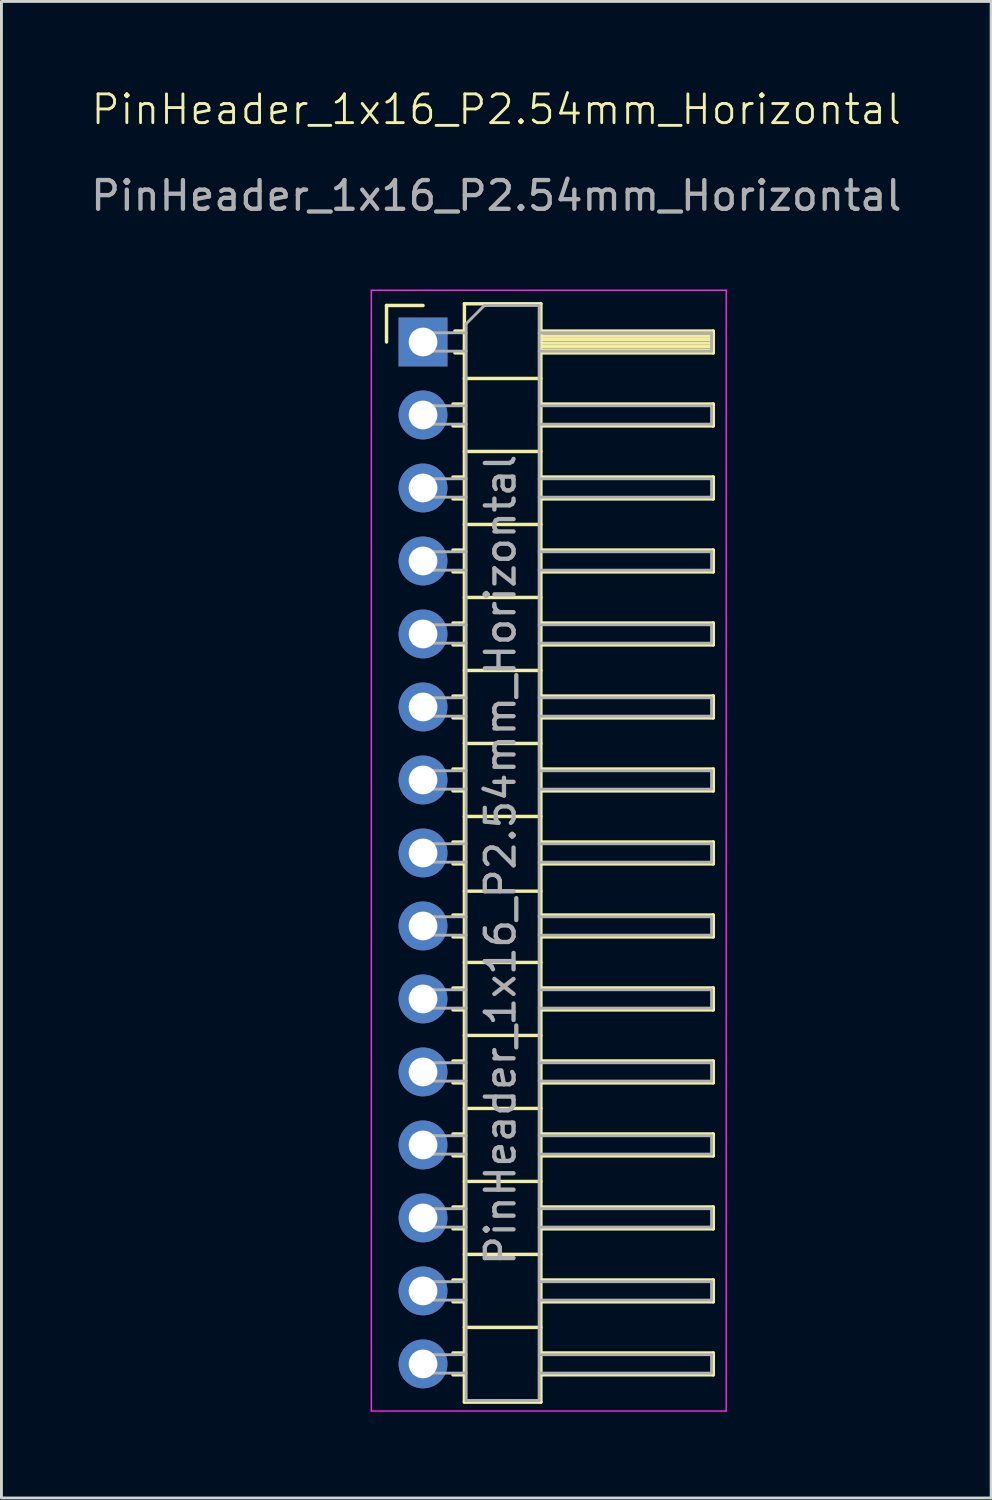
<source format=kicad_pcb>
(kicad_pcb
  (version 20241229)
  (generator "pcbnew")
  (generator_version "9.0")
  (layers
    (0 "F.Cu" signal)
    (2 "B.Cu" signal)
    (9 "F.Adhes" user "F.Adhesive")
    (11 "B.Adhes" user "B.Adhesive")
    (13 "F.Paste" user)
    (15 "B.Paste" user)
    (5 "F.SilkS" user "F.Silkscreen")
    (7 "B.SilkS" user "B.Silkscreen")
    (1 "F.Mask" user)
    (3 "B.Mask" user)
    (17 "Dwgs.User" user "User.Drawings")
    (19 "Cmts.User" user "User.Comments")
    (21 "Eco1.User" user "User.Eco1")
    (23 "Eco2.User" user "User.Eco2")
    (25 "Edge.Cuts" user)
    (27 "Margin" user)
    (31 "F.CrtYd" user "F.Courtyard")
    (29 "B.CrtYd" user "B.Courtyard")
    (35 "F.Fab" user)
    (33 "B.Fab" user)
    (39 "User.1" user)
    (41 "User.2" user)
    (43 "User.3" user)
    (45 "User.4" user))
  (footprint "PinHeader_1x16_P2.54mm_Horizontal"
    (layer "F.Cu")
    (at 14.22 1.26)
    (property "Reference" "PinHeader_1x16_P2.54mm_Horizontal" (at 0 -0.5 0) (unlocked yes) (layer "F.SilkS") (effects (font (size 1 1) (thickness 0.1))))
    (attr through_hole)
    (fp_line (start -3.82 6.32) (end -2.55 6.32) (stroke (width 0.12) (type solid)) (layer "F.SilkS"))
    (fp_line (start -3.82 7.59) (end -3.82 6.32) (stroke (width 0.12) (type solid)) (layer "F.SilkS"))
    (fp_line (start -1.507 9.75) (end -1.11 9.75) (stroke (width 0.12) (type solid)) (layer "F.SilkS"))
    (fp_line (start -1.507 10.51) (end -1.11 10.51) (stroke (width 0.12) (type solid)) (layer "F.SilkS"))
    (fp_line (start -1.507 12.29) (end -1.11 12.29) (stroke (width 0.12) (type solid)) (layer "F.SilkS"))
    (fp_line (start -1.507 13.05) (end -1.11 13.05) (stroke (width 0.12) (type solid)) (layer "F.SilkS"))
    (fp_line (start -1.507 14.83) (end -1.11 14.83) (stroke (width 0.12) (type solid)) (layer "F.SilkS"))
    (fp_line (start -1.507 15.59) (end -1.11 15.59) (stroke (width 0.12) (type solid)) (layer "F.SilkS"))
    (fp_line (start -1.507 17.37) (end -1.11 17.37) (stroke (width 0.12) (type solid)) (layer "F.SilkS"))
    (fp_line (start -1.507 18.13) (end -1.11 18.13) (stroke (width 0.12) (type solid)) (layer "F.SilkS"))
    (fp_line (start -1.507 19.91) (end -1.11 19.91) (stroke (width 0.12) (type solid)) (layer "F.SilkS"))
    (fp_line (start -1.507 20.67) (end -1.11 20.67) (stroke (width 0.12) (type solid)) (layer "F.SilkS"))
    (fp_line (start -1.507 22.45) (end -1.11 22.45) (stroke (width 0.12) (type solid)) (layer "F.SilkS"))
    (fp_line (start -1.507 23.21) (end -1.11 23.21) (stroke (width 0.12) (type solid)) (layer "F.SilkS"))
    (fp_line (start -1.507 24.99) (end -1.11 24.99) (stroke (width 0.12) (type solid)) (layer "F.SilkS"))
    (fp_line (start -1.507 25.75) (end -1.11 25.75) (stroke (width 0.12) (type solid)) (layer "F.SilkS"))
    (fp_line (start -1.507 27.53) (end -1.11 27.53) (stroke (width 0.12) (type solid)) (layer "F.SilkS"))
    (fp_line (start -1.507 28.29) (end -1.11 28.29) (stroke (width 0.12) (type solid)) (layer "F.SilkS"))
    (fp_line (start -1.507 30.07) (end -1.11 30.07) (stroke (width 0.12) (type solid)) (layer "F.SilkS"))
    (fp_line (start -1.507 30.83) (end -1.11 30.83) (stroke (width 0.12) (type solid)) (layer "F.SilkS"))
    (fp_line (start -1.507 32.61) (end -1.11 32.61) (stroke (width 0.12) (type solid)) (layer "F.SilkS"))
    (fp_line (start -1.507 33.37) (end -1.11 33.37) (stroke (width 0.12) (type solid)) (layer "F.SilkS"))
    (fp_line (start -1.507 35.15) (end -1.11 35.15) (stroke (width 0.12) (type solid)) (layer "F.SilkS"))
    (fp_line (start -1.507 35.91) (end -1.11 35.91) (stroke (width 0.12) (type solid)) (layer "F.SilkS"))
    (fp_line (start -1.507 37.69) (end -1.11 37.69) (stroke (width 0.12) (type solid)) (layer "F.SilkS"))
    (fp_line (start -1.507 38.45) (end -1.11 38.45) (stroke (width 0.12) (type solid)) (layer "F.SilkS"))
    (fp_line (start -1.507 40.23) (end -1.11 40.23) (stroke (width 0.12) (type solid)) (layer "F.SilkS"))
    (fp_line (start -1.507 40.99) (end -1.11 40.99) (stroke (width 0.12) (type solid)) (layer "F.SilkS"))
    (fp_line (start -1.507 42.77) (end -1.11 42.77) (stroke (width 0.12) (type solid)) (layer "F.SilkS"))
    (fp_line (start -1.507 43.53) (end -1.11 43.53) (stroke (width 0.12) (type solid)) (layer "F.SilkS"))
    (fp_line (start -1.44 7.21) (end -1.11 7.21) (stroke (width 0.12) (type solid)) (layer "F.SilkS"))
    (fp_line (start -1.44 7.97) (end -1.11 7.97) (stroke (width 0.12) (type solid)) (layer "F.SilkS"))
    (fp_line (start -1.11 6.26) (end -1.11 44.48) (stroke (width 0.12) (type solid)) (layer "F.SilkS"))
    (fp_line (start -1.11 8.86) (end 1.55 8.86) (stroke (width 0.12) (type solid)) (layer "F.SilkS"))
    (fp_line (start -1.11 11.4) (end 1.55 11.4) (stroke (width 0.12) (type solid)) (layer "F.SilkS"))
    (fp_line (start -1.11 13.94) (end 1.55 13.94) (stroke (width 0.12) (type solid)) (layer "F.SilkS"))
    (fp_line (start -1.11 16.48) (end 1.55 16.48) (stroke (width 0.12) (type solid)) (layer "F.SilkS"))
    (fp_line (start -1.11 19.02) (end 1.55 19.02) (stroke (width 0.12) (type solid)) (layer "F.SilkS"))
    (fp_line (start -1.11 21.56) (end 1.55 21.56) (stroke (width 0.12) (type solid)) (layer "F.SilkS"))
    (fp_line (start -1.11 24.1) (end 1.55 24.1) (stroke (width 0.12) (type solid)) (layer "F.SilkS"))
    (fp_line (start -1.11 26.7) (end 1.55 26.7) (stroke (width 0.12) (type solid)) (layer "F.SilkS"))
    (fp_line (start -1.11 29.18) (end 1.55 29.18) (stroke (width 0.12) (type solid)) (layer "F.SilkS"))
    (fp_line (start -1.11 31.72) (end 1.55 31.72) (stroke (width 0.12) (type solid)) (layer "F.SilkS"))
    (fp_line (start -1.11 34.26) (end 1.55 34.26) (stroke (width 0.12) (type solid)) (layer "F.SilkS"))
    (fp_line (start -1.11 36.8) (end 1.55 36.8) (stroke (width 0.12) (type solid)) (layer "F.SilkS"))
    (fp_line (start -1.11 39.34) (end 1.55 39.34) (stroke (width 0.12) (type solid)) (layer "F.SilkS"))
    (fp_line (start -1.11 41.88) (end 1.55 41.88) (stroke (width 0.12) (type solid)) (layer "F.SilkS"))
    (fp_line (start -1.11 44.48) (end 1.55 44.48) (stroke (width 0.12) (type solid)) (layer "F.SilkS"))
    (fp_line (start 1.55 6.26) (end -1.11 6.26) (stroke (width 0.12) (type solid)) (layer "F.SilkS"))
    (fp_line (start 1.55 7.21) (end 7.55 7.21) (stroke (width 0.12) (type solid)) (layer "F.SilkS"))
    (fp_line (start 1.55 7.27) (end 7.55 7.27) (stroke (width 0.12) (type solid)) (layer "F.SilkS"))
    (fp_line (start 1.55 7.39) (end 7.55 7.39) (stroke (width 0.12) (type solid)) (layer "F.SilkS"))
    (fp_line (start 1.55 7.51) (end 7.55 7.51) (stroke (width 0.12) (type solid)) (layer "F.SilkS"))
    (fp_line (start 1.55 7.63) (end 7.55 7.63) (stroke (width 0.12) (type solid)) (layer "F.SilkS"))
    (fp_line (start 1.55 7.75) (end 7.55 7.75) (stroke (width 0.12) (type solid)) (layer "F.SilkS"))
    (fp_line (start 1.55 7.87) (end 7.55 7.87) (stroke (width 0.12) (type solid)) (layer "F.SilkS"))
    (fp_line (start 1.55 9.75) (end 7.55 9.75) (stroke (width 0.12) (type solid)) (layer "F.SilkS"))
    (fp_line (start 1.55 12.29) (end 7.55 12.29) (stroke (width 0.12) (type solid)) (layer "F.SilkS"))
    (fp_line (start 1.55 14.83) (end 7.55 14.83) (stroke (width 0.12) (type solid)) (layer "F.SilkS"))
    (fp_line (start 1.55 17.37) (end 7.55 17.37) (stroke (width 0.12) (type solid)) (layer "F.SilkS"))
    (fp_line (start 1.55 19.91) (end 7.55 19.91) (stroke (width 0.12) (type solid)) (layer "F.SilkS"))
    (fp_line (start 1.55 22.45) (end 7.55 22.45) (stroke (width 0.12) (type solid)) (layer "F.SilkS"))
    (fp_line (start 1.55 24.99) (end 7.55 24.99) (stroke (width 0.12) (type solid)) (layer "F.SilkS"))
    (fp_line (start 1.55 27.53) (end 7.55 27.53) (stroke (width 0.12) (type solid)) (layer "F.SilkS"))
    (fp_line (start 1.55 30.07) (end 7.55 30.07) (stroke (width 0.12) (type solid)) (layer "F.SilkS"))
    (fp_line (start 1.55 32.61) (end 7.55 32.61) (stroke (width 0.12) (type solid)) (layer "F.SilkS"))
    (fp_line (start 1.55 35.15) (end 7.55 35.15) (stroke (width 0.12) (type solid)) (layer "F.SilkS"))
    (fp_line (start 1.55 37.69) (end 7.55 37.69) (stroke (width 0.12) (type solid)) (layer "F.SilkS"))
    (fp_line (start 1.55 40.23) (end 7.55 40.23) (stroke (width 0.12) (type solid)) (layer "F.SilkS"))
    (fp_line (start 1.55 42.77) (end 7.55 42.77) (stroke (width 0.12) (type solid)) (layer "F.SilkS"))
    (fp_line (start 1.55 44.48) (end 1.55 6.26) (stroke (width 0.12) (type solid)) (layer "F.SilkS"))
    (fp_line (start 7.55 7.21) (end 7.55 7.97) (stroke (width 0.12) (type solid)) (layer "F.SilkS"))
    (fp_line (start 7.55 7.97) (end 1.55 7.97) (stroke (width 0.12) (type solid)) (layer "F.SilkS"))
    (fp_line (start 7.55 9.75) (end 7.55 10.51) (stroke (width 0.12) (type solid)) (layer "F.SilkS"))
    (fp_line (start 7.55 10.51) (end 1.55 10.51) (stroke (width 0.12) (type solid)) (layer "F.SilkS"))
    (fp_line (start 7.55 12.29) (end 7.55 13.05) (stroke (width 0.12) (type solid)) (layer "F.SilkS"))
    (fp_line (start 7.55 13.05) (end 1.55 13.05) (stroke (width 0.12) (type solid)) (layer "F.SilkS"))
    (fp_line (start 7.55 14.83) (end 7.55 15.59) (stroke (width 0.12) (type solid)) (layer "F.SilkS"))
    (fp_line (start 7.55 15.59) (end 1.55 15.59) (stroke (width 0.12) (type solid)) (layer "F.SilkS"))
    (fp_line (start 7.55 17.37) (end 7.55 18.13) (stroke (width 0.12) (type solid)) (layer "F.SilkS"))
    (fp_line (start 7.55 18.13) (end 1.55 18.13) (stroke (width 0.12) (type solid)) (layer "F.SilkS"))
    (fp_line (start 7.55 19.91) (end 7.55 20.67) (stroke (width 0.12) (type solid)) (layer "F.SilkS"))
    (fp_line (start 7.55 20.67) (end 1.55 20.67) (stroke (width 0.12) (type solid)) (layer "F.SilkS"))
    (fp_line (start 7.55 22.45) (end 7.55 23.21) (stroke (width 0.12) (type solid)) (layer "F.SilkS"))
    (fp_line (start 7.55 23.21) (end 1.55 23.21) (stroke (width 0.12) (type solid)) (layer "F.SilkS"))
    (fp_line (start 7.55 24.99) (end 7.55 25.75) (stroke (width 0.12) (type solid)) (layer "F.SilkS"))
    (fp_line (start 7.55 25.75) (end 1.55 25.75) (stroke (width 0.12) (type solid)) (layer "F.SilkS"))
    (fp_line (start 7.55 27.53) (end 7.55 28.29) (stroke (width 0.12) (type solid)) (layer "F.SilkS"))
    (fp_line (start 7.55 28.29) (end 1.55 28.29) (stroke (width 0.12) (type solid)) (layer "F.SilkS"))
    (fp_line (start 7.55 30.07) (end 7.55 30.83) (stroke (width 0.12) (type solid)) (layer "F.SilkS"))
    (fp_line (start 7.55 30.83) (end 1.55 30.83) (stroke (width 0.12) (type solid)) (layer "F.SilkS"))
    (fp_line (start 7.55 32.61) (end 7.55 33.37) (stroke (width 0.12) (type solid)) (layer "F.SilkS"))
    (fp_line (start 7.55 33.37) (end 1.55 33.37) (stroke (width 0.12) (type solid)) (layer "F.SilkS"))
    (fp_line (start 7.55 35.15) (end 7.55 35.91) (stroke (width 0.12) (type solid)) (layer "F.SilkS"))
    (fp_line (start 7.55 35.91) (end 1.55 35.91) (stroke (width 0.12) (type solid)) (layer "F.SilkS"))
    (fp_line (start 7.55 37.69) (end 7.55 38.45) (stroke (width 0.12) (type solid)) (layer "F.SilkS"))
    (fp_line (start 7.55 38.45) (end 1.55 38.45) (stroke (width 0.12) (type solid)) (layer "F.SilkS"))
    (fp_line (start 7.55 40.23) (end 7.55 40.99) (stroke (width 0.12) (type solid)) (layer "F.SilkS"))
    (fp_line (start 7.55 40.99) (end 1.55 40.99) (stroke (width 0.12) (type solid)) (layer "F.SilkS"))
    (fp_line (start 7.55 42.77) (end 7.55 43.53) (stroke (width 0.12) (type solid)) (layer "F.SilkS"))
    (fp_line (start 7.55 43.53) (end 1.55 43.53) (stroke (width 0.12) (type solid)) (layer "F.SilkS"))
    (fp_line (start -4.35 5.79) (end -4.35 44.79) (stroke (width 0.05) (type solid)) (layer "F.CrtYd"))
    (fp_line (start -4.35 44.79) (end 8 44.79) (stroke (width 0.05) (type solid)) (layer "F.CrtYd"))
    (fp_line (start 8 5.79) (end -4.35 5.79) (stroke (width 0.05) (type solid)) (layer "F.CrtYd"))
    (fp_line (start 8 44.79) (end 8 5.79) (stroke (width 0.05) (type solid)) (layer "F.CrtYd"))
    (fp_line (start -2.87 7.27) (end -2.87 7.91) (stroke (width 0.1) (type solid)) (layer "F.Fab"))
    (fp_line (start -2.87 7.27) (end -1.05 7.27) (stroke (width 0.1) (type solid)) (layer "F.Fab"))
    (fp_line (start -2.87 7.91) (end -1.05 7.91) (stroke (width 0.1) (type solid)) (layer "F.Fab"))
    (fp_line (start -2.87 9.81) (end -2.87 10.45) (stroke (width 0.1) (type solid)) (layer "F.Fab"))
    (fp_line (start -2.87 9.81) (end -1.05 9.81) (stroke (width 0.1) (type solid)) (layer "F.Fab"))
    (fp_line (start -2.87 10.45) (end -1.05 10.45) (stroke (width 0.1) (type solid)) (layer "F.Fab"))
    (fp_line (start -2.87 12.35) (end -2.87 12.99) (stroke (width 0.1) (type solid)) (layer "F.Fab"))
    (fp_line (start -2.87 12.35) (end -1.05 12.35) (stroke (width 0.1) (type solid)) (layer "F.Fab"))
    (fp_line (start -2.87 12.99) (end -1.05 12.99) (stroke (width 0.1) (type solid)) (layer "F.Fab"))
    (fp_line (start -2.87 14.89) (end -2.87 15.53) (stroke (width 0.1) (type solid)) (layer "F.Fab"))
    (fp_line (start -2.87 14.89) (end -1.05 14.89) (stroke (width 0.1) (type solid)) (layer "F.Fab"))
    (fp_line (start -2.87 15.53) (end -1.05 15.53) (stroke (width 0.1) (type solid)) (layer "F.Fab"))
    (fp_line (start -2.87 17.43) (end -2.87 18.07) (stroke (width 0.1) (type solid)) (layer "F.Fab"))
    (fp_line (start -2.87 17.43) (end -1.05 17.43) (stroke (width 0.1) (type solid)) (layer "F.Fab"))
    (fp_line (start -2.87 18.07) (end -1.05 18.07) (stroke (width 0.1) (type solid)) (layer "F.Fab"))
    (fp_line (start -2.87 19.97) (end -2.87 20.61) (stroke (width 0.1) (type solid)) (layer "F.Fab"))
    (fp_line (start -2.87 19.97) (end -1.05 19.97) (stroke (width 0.1) (type solid)) (layer "F.Fab"))
    (fp_line (start -2.87 20.61) (end -1.05 20.61) (stroke (width 0.1) (type solid)) (layer "F.Fab"))
    (fp_line (start -2.87 22.51) (end -2.87 23.15) (stroke (width 0.1) (type solid)) (layer "F.Fab"))
    (fp_line (start -2.87 22.51) (end -1.05 22.51) (stroke (width 0.1) (type solid)) (layer "F.Fab"))
    (fp_line (start -2.87 23.15) (end -1.05 23.15) (stroke (width 0.1) (type solid)) (layer "F.Fab"))
    (fp_line (start -2.87 25.05) (end -2.87 25.69) (stroke (width 0.1) (type solid)) (layer "F.Fab"))
    (fp_line (start -2.87 25.05) (end -1.05 25.05) (stroke (width 0.1) (type solid)) (layer "F.Fab"))
    (fp_line (start -2.87 25.69) (end -1.05 25.69) (stroke (width 0.1) (type solid)) (layer "F.Fab"))
    (fp_line (start -2.87 27.59) (end -2.87 28.23) (stroke (width 0.1) (type solid)) (layer "F.Fab"))
    (fp_line (start -2.87 27.59) (end -1.05 27.59) (stroke (width 0.1) (type solid)) (layer "F.Fab"))
    (fp_line (start -2.87 28.23) (end -1.05 28.23) (stroke (width 0.1) (type solid)) (layer "F.Fab"))
    (fp_line (start -2.87 30.13) (end -2.87 30.77) (stroke (width 0.1) (type solid)) (layer "F.Fab"))
    (fp_line (start -2.87 30.13) (end -1.05 30.13) (stroke (width 0.1) (type solid)) (layer "F.Fab"))
    (fp_line (start -2.87 30.77) (end -1.05 30.77) (stroke (width 0.1) (type solid)) (layer "F.Fab"))
    (fp_line (start -2.87 32.67) (end -2.87 33.31) (stroke (width 0.1) (type solid)) (layer "F.Fab"))
    (fp_line (start -2.87 32.67) (end -1.05 32.67) (stroke (width 0.1) (type solid)) (layer "F.Fab"))
    (fp_line (start -2.87 33.31) (end -1.05 33.31) (stroke (width 0.1) (type solid)) (layer "F.Fab"))
    (fp_line (start -2.87 35.21) (end -2.87 35.85) (stroke (width 0.1) (type solid)) (layer "F.Fab"))
    (fp_line (start -2.87 35.21) (end -1.05 35.21) (stroke (width 0.1) (type solid)) (layer "F.Fab"))
    (fp_line (start -2.87 35.85) (end -1.05 35.85) (stroke (width 0.1) (type solid)) (layer "F.Fab"))
    (fp_line (start -2.87 37.75) (end -2.87 38.39) (stroke (width 0.1) (type solid)) (layer "F.Fab"))
    (fp_line (start -2.87 37.75) (end -1.05 37.75) (stroke (width 0.1) (type solid)) (layer "F.Fab"))
    (fp_line (start -2.87 38.39) (end -1.05 38.39) (stroke (width 0.1) (type solid)) (layer "F.Fab"))
    (fp_line (start -2.87 40.29) (end -2.87 40.93) (stroke (width 0.1) (type solid)) (layer "F.Fab"))
    (fp_line (start -2.87 40.29) (end -1.05 40.29) (stroke (width 0.1) (type solid)) (layer "F.Fab"))
    (fp_line (start -2.87 40.93) (end -1.05 40.93) (stroke (width 0.1) (type solid)) (layer "F.Fab"))
    (fp_line (start -2.87 42.83) (end -2.87 43.47) (stroke (width 0.1) (type solid)) (layer "F.Fab"))
    (fp_line (start -2.87 42.83) (end -1.05 42.83) (stroke (width 0.1) (type solid)) (layer "F.Fab"))
    (fp_line (start -2.87 43.47) (end -1.05 43.47) (stroke (width 0.1) (type solid)) (layer "F.Fab"))
    (fp_line (start -1.05 6.955) (end -0.415 6.32) (stroke (width 0.1) (type solid)) (layer "F.Fab"))
    (fp_line (start -1.05 44.42) (end -1.05 6.955) (stroke (width 0.1) (type solid)) (layer "F.Fab"))
    (fp_line (start -0.415 6.32) (end 1.49 6.32) (stroke (width 0.1) (type solid)) (layer "F.Fab"))
    (fp_line (start 1.49 6.32) (end 1.49 44.42) (stroke (width 0.1) (type solid)) (layer "F.Fab"))
    (fp_line (start 1.49 7.27) (end 7.49 7.27) (stroke (width 0.1) (type solid)) (layer "F.Fab"))
    (fp_line (start 1.49 7.91) (end 7.49 7.91) (stroke (width 0.1) (type solid)) (layer "F.Fab"))
    (fp_line (start 1.49 9.81) (end 7.49 9.81) (stroke (width 0.1) (type solid)) (layer "F.Fab"))
    (fp_line (start 1.49 10.45) (end 7.49 10.45) (stroke (width 0.1) (type solid)) (layer "F.Fab"))
    (fp_line (start 1.49 12.35) (end 7.49 12.35) (stroke (width 0.1) (type solid)) (layer "F.Fab"))
    (fp_line (start 1.49 12.99) (end 7.49 12.99) (stroke (width 0.1) (type solid)) (layer "F.Fab"))
    (fp_line (start 1.49 14.89) (end 7.49 14.89) (stroke (width 0.1) (type solid)) (layer "F.Fab"))
    (fp_line (start 1.49 15.53) (end 7.49 15.53) (stroke (width 0.1) (type solid)) (layer "F.Fab"))
    (fp_line (start 1.49 17.43) (end 7.49 17.43) (stroke (width 0.1) (type solid)) (layer "F.Fab"))
    (fp_line (start 1.49 18.07) (end 7.49 18.07) (stroke (width 0.1) (type solid)) (layer "F.Fab"))
    (fp_line (start 1.49 19.97) (end 7.49 19.97) (stroke (width 0.1) (type solid)) (layer "F.Fab"))
    (fp_line (start 1.49 20.61) (end 7.49 20.61) (stroke (width 0.1) (type solid)) (layer "F.Fab"))
    (fp_line (start 1.49 22.51) (end 7.49 22.51) (stroke (width 0.1) (type solid)) (layer "F.Fab"))
    (fp_line (start 1.49 23.15) (end 7.49 23.15) (stroke (width 0.1) (type solid)) (layer "F.Fab"))
    (fp_line (start 1.49 25.05) (end 7.49 25.05) (stroke (width 0.1) (type solid)) (layer "F.Fab"))
    (fp_line (start 1.49 25.69) (end 7.49 25.69) (stroke (width 0.1) (type solid)) (layer "F.Fab"))
    (fp_line (start 1.49 27.59) (end 7.49 27.59) (stroke (width 0.1) (type solid)) (layer "F.Fab"))
    (fp_line (start 1.49 28.23) (end 7.49 28.23) (stroke (width 0.1) (type solid)) (layer "F.Fab"))
    (fp_line (start 1.49 30.13) (end 7.49 30.13) (stroke (width 0.1) (type solid)) (layer "F.Fab"))
    (fp_line (start 1.49 30.77) (end 7.49 30.77) (stroke (width 0.1) (type solid)) (layer "F.Fab"))
    (fp_line (start 1.49 32.67) (end 7.49 32.67) (stroke (width 0.1) (type solid)) (layer "F.Fab"))
    (fp_line (start 1.49 33.31) (end 7.49 33.31) (stroke (width 0.1) (type solid)) (layer "F.Fab"))
    (fp_line (start 1.49 35.21) (end 7.49 35.21) (stroke (width 0.1) (type solid)) (layer "F.Fab"))
    (fp_line (start 1.49 35.85) (end 7.49 35.85) (stroke (width 0.1) (type solid)) (layer "F.Fab"))
    (fp_line (start 1.49 37.75) (end 7.49 37.75) (stroke (width 0.1) (type solid)) (layer "F.Fab"))
    (fp_line (start 1.49 38.39) (end 7.49 38.39) (stroke (width 0.1) (type solid)) (layer "F.Fab"))
    (fp_line (start 1.49 40.29) (end 7.49 40.29) (stroke (width 0.1) (type solid)) (layer "F.Fab"))
    (fp_line (start 1.49 40.93) (end 7.49 40.93) (stroke (width 0.1) (type solid)) (layer "F.Fab"))
    (fp_line (start 1.49 42.83) (end 7.49 42.83) (stroke (width 0.1) (type solid)) (layer "F.Fab"))
    (fp_line (start 1.49 43.47) (end 7.49 43.47) (stroke (width 0.1) (type solid)) (layer "F.Fab"))
    (fp_line (start 1.49 44.42) (end -1.05 44.42) (stroke (width 0.1) (type solid)) (layer "F.Fab"))
    (fp_line (start 7.49 7.27) (end 7.49 7.91) (stroke (width 0.1) (type solid)) (layer "F.Fab"))
    (fp_line (start 7.49 9.81) (end 7.49 10.45) (stroke (width 0.1) (type solid)) (layer "F.Fab"))
    (fp_line (start 7.49 12.35) (end 7.49 12.99) (stroke (width 0.1) (type solid)) (layer "F.Fab"))
    (fp_line (start 7.49 14.89) (end 7.49 15.53) (stroke (width 0.1) (type solid)) (layer "F.Fab"))
    (fp_line (start 7.49 17.43) (end 7.49 18.07) (stroke (width 0.1) (type solid)) (layer "F.Fab"))
    (fp_line (start 7.49 19.97) (end 7.49 20.61) (stroke (width 0.1) (type solid)) (layer "F.Fab"))
    (fp_line (start 7.49 22.51) (end 7.49 23.15) (stroke (width 0.1) (type solid)) (layer "F.Fab"))
    (fp_line (start 7.49 25.05) (end 7.49 25.69) (stroke (width 0.1) (type solid)) (layer "F.Fab"))
    (fp_line (start 7.49 27.59) (end 7.49 28.23) (stroke (width 0.1) (type solid)) (layer "F.Fab"))
    (fp_line (start 7.49 30.13) (end 7.49 30.77) (stroke (width 0.1) (type solid)) (layer "F.Fab"))
    (fp_line (start 7.49 32.67) (end 7.49 33.31) (stroke (width 0.1) (type solid)) (layer "F.Fab"))
    (fp_line (start 7.49 35.21) (end 7.49 35.85) (stroke (width 0.1) (type solid)) (layer "F.Fab"))
    (fp_line (start 7.49 37.75) (end 7.49 38.39) (stroke (width 0.1) (type solid)) (layer "F.Fab"))
    (fp_line (start 7.49 40.29) (end 7.49 40.93) (stroke (width 0.1) (type solid)) (layer "F.Fab"))
    (fp_line (start 7.49 42.83) (end 7.49 43.47) (stroke (width 0.1) (type solid)) (layer "F.Fab"))
    (fp_text user "${REFERENCE}" (at 0 2.5 0) (unlocked yes) (layer "F.Fab") (effects (font (size 1 1) (thickness 0.15))))
    (fp_text user "${REFERENCE}" (at 0.145 25.61 90) (layer "F.Fab") (effects (font (size 1 1) (thickness 0.15))))
    (pad "1" thru_hole rect (at -2.55 7.59) (size 1.7 1.7) (drill 1) (layers "*.Cu" "*.Mask"))
    (pad "2" thru_hole oval (at -2.55 10.13) (size 1.7 1.7) (drill 1) (layers "*.Cu" "*.Mask"))
    (pad "3" thru_hole oval (at -2.55 12.67) (size 1.7 1.7) (drill 1) (layers "*.Cu" "*.Mask"))
    (pad "4" thru_hole oval (at -2.55 15.21) (size 1.7 1.7) (drill 1) (layers "*.Cu" "*.Mask"))
    (pad "5" thru_hole oval (at -2.55 17.75) (size 1.7 1.7) (drill 1) (layers "*.Cu" "*.Mask"))
    (pad "6" thru_hole oval (at -2.55 20.29) (size 1.7 1.7) (drill 1) (layers "*.Cu" "*.Mask"))
    (pad "7" thru_hole oval (at -2.55 22.83) (size 1.7 1.7) (drill 1) (layers "*.Cu" "*.Mask"))
    (pad "8" thru_hole oval (at -2.55 25.37) (size 1.7 1.7) (drill 1) (layers "*.Cu" "*.Mask"))
    (pad "9" thru_hole oval (at -2.55 27.91) (size 1.7 1.7) (drill 1) (layers "*.Cu" "*.Mask"))
    (pad "10" thru_hole oval (at -2.55 30.45) (size 1.7 1.7) (drill 1) (layers "*.Cu" "*.Mask"))
    (pad "11" thru_hole oval (at -2.55 32.99) (size 1.7 1.7) (drill 1) (layers "*.Cu" "*.Mask"))
    (pad "12" thru_hole oval (at -2.55 35.53) (size 1.7 1.7) (drill 1) (layers "*.Cu" "*.Mask"))
    (pad "13" thru_hole oval (at -2.55 38.07) (size 1.7 1.7) (drill 1) (layers "*.Cu" "*.Mask"))
    (pad "14" thru_hole oval (at -2.55 40.61) (size 1.7 1.7) (drill 1) (layers "*.Cu" "*.Mask"))
    (pad "15" thru_hole oval (at -2.55 43.15) (size 1.7 1.7) (drill 1) (layers "*.Cu" "*.Mask")))
  (gr_rect
    (start -3 -3)
    (end 31.44 49.075)
    (stroke (width 0.1) (type default))
    (fill no)
    (layer "Edge.Cuts")))
</source>
